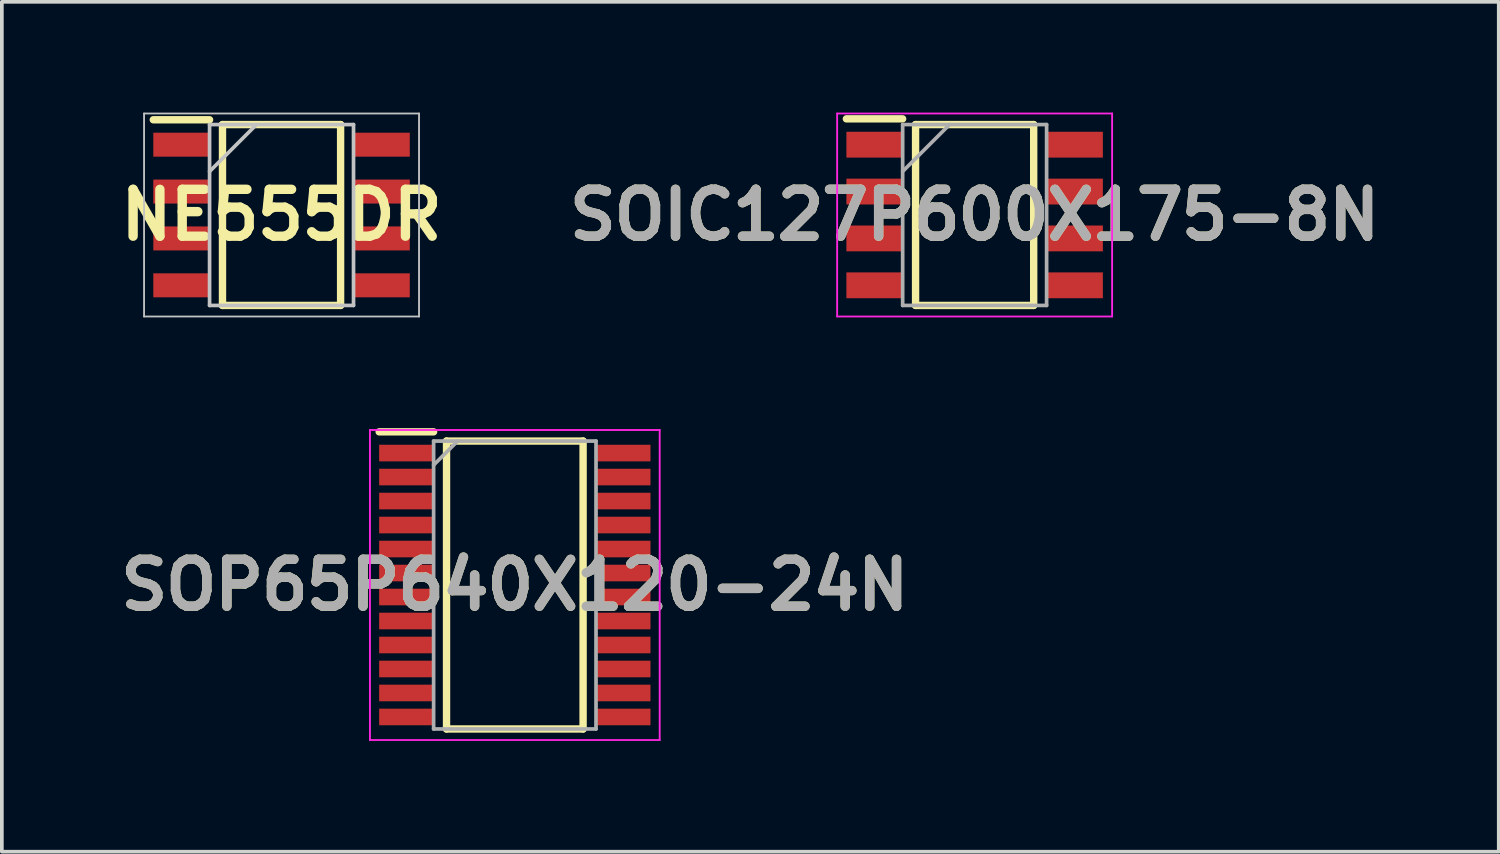
<source format=kicad_pcb>
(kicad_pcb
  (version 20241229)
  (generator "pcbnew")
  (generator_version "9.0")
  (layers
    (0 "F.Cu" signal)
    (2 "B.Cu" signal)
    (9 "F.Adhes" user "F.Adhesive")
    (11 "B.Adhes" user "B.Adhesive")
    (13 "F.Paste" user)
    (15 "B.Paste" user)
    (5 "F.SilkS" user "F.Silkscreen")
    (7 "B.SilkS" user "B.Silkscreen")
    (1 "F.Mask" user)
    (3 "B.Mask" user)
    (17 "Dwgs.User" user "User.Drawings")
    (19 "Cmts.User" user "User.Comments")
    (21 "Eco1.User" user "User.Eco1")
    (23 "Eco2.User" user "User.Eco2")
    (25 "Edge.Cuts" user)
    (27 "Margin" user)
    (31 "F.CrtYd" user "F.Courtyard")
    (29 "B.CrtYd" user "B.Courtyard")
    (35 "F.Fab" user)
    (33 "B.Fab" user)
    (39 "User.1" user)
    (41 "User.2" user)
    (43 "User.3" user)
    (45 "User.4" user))
  (footprint "NE555DR"
    (layer "F.Cu")
    (at 4.578 2.775)
    (property "Reference" "NE555DR" (at 0 0 0) (layer "F.SilkS") (effects (font (size 1.27 1.27) (thickness 0.254))))
    (attr smd)
    (fp_line (start -3.475 -2.58) (end -1.95 -2.58) (stroke (width 0.2) (type solid)) (layer "F.SilkS"))
    (fp_line (start -1.6 -2.45) (end 1.6 -2.45) (stroke (width 0.2) (type solid)) (layer "F.SilkS"))
    (fp_line (start -1.6 2.45) (end -1.6 -2.45) (stroke (width 0.2) (type solid)) (layer "F.SilkS"))
    (fp_line (start 1.6 -2.45) (end 1.6 2.45) (stroke (width 0.2) (type solid)) (layer "F.SilkS"))
    (fp_line (start 1.6 2.45) (end -1.6 2.45) (stroke (width 0.2) (type solid)) (layer "F.SilkS"))
    (fp_line (start -3.725 -2.75) (end 3.725 -2.75) (stroke (width 0.05) (type solid)) (layer "Dwgs.User"))
    (fp_line (start -3.725 2.75) (end -3.725 -2.75) (stroke (width 0.05) (type solid)) (layer "Dwgs.User"))
    (fp_line (start -1.95 -2.45) (end 1.95 -2.45) (stroke (width 0.1) (type solid)) (layer "Dwgs.User"))
    (fp_line (start -1.95 -1.18) (end -0.68 -2.45) (stroke (width 0.1) (type solid)) (layer "Dwgs.User"))
    (fp_line (start -1.95 2.45) (end -1.95 -2.45) (stroke (width 0.1) (type solid)) (layer "Dwgs.User"))
    (fp_line (start 1.95 -2.45) (end 1.95 2.45) (stroke (width 0.1) (type solid)) (layer "Dwgs.User"))
    (fp_line (start 1.95 2.45) (end -1.95 2.45) (stroke (width 0.1) (type solid)) (layer "Dwgs.User"))
    (fp_line (start 3.725 -2.75) (end 3.725 2.75) (stroke (width 0.05) (type solid)) (layer "Dwgs.User"))
    (fp_line (start 3.725 2.75) (end -3.725 2.75) (stroke (width 0.05) (type solid)) (layer "Dwgs.User"))
    (pad "1" smd rect (at -2.712 -1.905 90) (size 0.65 1.525) (layers "F.Cu" "F.Paste"))
    (pad "2" smd rect (at -2.712 -0.635 90) (size 0.65 1.525) (layers "F.Cu" "F.Paste"))
    (pad "3" smd rect (at -2.712 0.635 90) (size 0.65 1.525) (layers "F.Cu" "F.Paste"))
    (pad "4" smd rect (at -2.712 1.905 90) (size 0.65 1.525) (layers "F.Cu" "F.Paste"))
    (pad "5" smd rect (at 2.712 1.905 90) (size 0.65 1.525) (layers "F.Cu" "F.Paste"))
    (pad "6" smd rect (at 2.712 0.635 90) (size 0.65 1.525) (layers "F.Cu" "F.Paste"))
    (pad "7" smd rect (at 2.712 -0.635 90) (size 0.65 1.525) (layers "F.Cu" "F.Paste"))
    (pad "8" smd rect (at 2.712 -1.905 90) (size 0.65 1.525) (layers "F.Cu" "F.Paste")))
  (footprint "SOIC127P600X175-8N"
    (layer "F.Cu")
    (at 23.356 2.775)
    (property "Reference" "SOIC127P600X175-8N" (at 0 0 0) (layer "F.SilkS") (effects (font (size 1.27 1.27) (thickness 0.254))))
    (attr smd)
    (fp_line (start -3.475 -2.605) (end -1.95 -2.605) (stroke (width 0.2) (type solid)) (layer "F.SilkS"))
    (fp_line (start -1.6 -2.45) (end 1.6 -2.45) (stroke (width 0.2) (type solid)) (layer "F.SilkS"))
    (fp_line (start -1.6 2.45) (end -1.6 -2.45) (stroke (width 0.2) (type solid)) (layer "F.SilkS"))
    (fp_line (start 1.6 -2.45) (end 1.6 2.45) (stroke (width 0.2) (type solid)) (layer "F.SilkS"))
    (fp_line (start 1.6 2.45) (end -1.6 2.45) (stroke (width 0.2) (type solid)) (layer "F.SilkS"))
    (fp_line (start -3.725 -2.75) (end 3.725 -2.75) (stroke (width 0.05) (type solid)) (layer "F.CrtYd"))
    (fp_line (start -3.725 2.75) (end -3.725 -2.75) (stroke (width 0.05) (type solid)) (layer "F.CrtYd"))
    (fp_line (start 3.725 -2.75) (end 3.725 2.75) (stroke (width 0.05) (type solid)) (layer "F.CrtYd"))
    (fp_line (start 3.725 2.75) (end -3.725 2.75) (stroke (width 0.05) (type solid)) (layer "F.CrtYd"))
    (fp_line (start -1.95 -2.45) (end 1.95 -2.45) (stroke (width 0.1) (type solid)) (layer "F.Fab"))
    (fp_line (start -1.95 -1.18) (end -0.68 -2.45) (stroke (width 0.1) (type solid)) (layer "F.Fab"))
    (fp_line (start -1.95 2.45) (end -1.95 -2.45) (stroke (width 0.1) (type solid)) (layer "F.Fab"))
    (fp_line (start 1.95 -2.45) (end 1.95 2.45) (stroke (width 0.1) (type solid)) (layer "F.Fab"))
    (fp_line (start 1.95 2.45) (end -1.95 2.45) (stroke (width 0.1) (type solid)) (layer "F.Fab"))
    (fp_text user "${REFERENCE}" (at 0 0 0) (layer "F.Fab") (effects (font (size 1.27 1.27) (thickness 0.254))))
    (pad "1" smd rect (at -2.712 -1.905 90) (size 0.7 1.525) (layers "F.Cu" "F.Mask" "F.Paste"))
    (pad "2" smd rect (at -2.712 -0.635 90) (size 0.7 1.525) (layers "F.Cu" "F.Mask" "F.Paste"))
    (pad "3" smd rect (at -2.712 0.635 90) (size 0.7 1.525) (layers "F.Cu" "F.Mask" "F.Paste"))
    (pad "4" smd rect (at -2.712 1.905 90) (size 0.7 1.525) (layers "F.Cu" "F.Mask" "F.Paste"))
    (pad "5" smd rect (at 2.712 1.905 90) (size 0.7 1.525) (layers "F.Cu" "F.Mask" "F.Paste"))
    (pad "6" smd rect (at 2.712 0.635 90) (size 0.7 1.525) (layers "F.Cu" "F.Mask" "F.Paste"))
    (pad "7" smd rect (at 2.712 -0.635 90) (size 0.7 1.525) (layers "F.Cu" "F.Mask" "F.Paste"))
    (pad "8" smd rect (at 2.712 -1.905 90) (size 0.7 1.525) (layers "F.Cu" "F.Mask" "F.Paste")))
  (footprint "SOP65P640X120-24N"
    (layer "F.Cu")
    (at 10.898 12.8)
    (property "Reference" "SOP65P640X120-24N" (at 0 0 0) (layer "F.SilkS") (effects (font (size 1.27 1.27) (thickness 0.254))))
    (attr smd)
    (fp_line (start -3.675 -4.15) (end -2.2 -4.15) (stroke (width 0.2) (type solid)) (layer "F.SilkS"))
    (fp_line (start -1.85 -3.9) (end 1.85 -3.9) (stroke (width 0.2) (type solid)) (layer "F.SilkS"))
    (fp_line (start -1.85 3.9) (end -1.85 -3.9) (stroke (width 0.2) (type solid)) (layer "F.SilkS"))
    (fp_line (start 1.85 -3.9) (end 1.85 3.9) (stroke (width 0.2) (type solid)) (layer "F.SilkS"))
    (fp_line (start 1.85 3.9) (end -1.85 3.9) (stroke (width 0.2) (type solid)) (layer "F.SilkS"))
    (fp_line (start -3.925 -4.2) (end 3.925 -4.2) (stroke (width 0.05) (type solid)) (layer "F.CrtYd"))
    (fp_line (start -3.925 4.2) (end -3.925 -4.2) (stroke (width 0.05) (type solid)) (layer "F.CrtYd"))
    (fp_line (start 3.925 -4.2) (end 3.925 4.2) (stroke (width 0.05) (type solid)) (layer "F.CrtYd"))
    (fp_line (start 3.925 4.2) (end -3.925 4.2) (stroke (width 0.05) (type solid)) (layer "F.CrtYd"))
    (fp_line (start -2.2 -3.9) (end 2.2 -3.9) (stroke (width 0.1) (type solid)) (layer "F.Fab"))
    (fp_line (start -2.2 -3.25) (end -1.55 -3.9) (stroke (width 0.1) (type solid)) (layer "F.Fab"))
    (fp_line (start -2.2 3.9) (end -2.2 -3.9) (stroke (width 0.1) (type solid)) (layer "F.Fab"))
    (fp_line (start 2.2 -3.9) (end 2.2 3.9) (stroke (width 0.1) (type solid)) (layer "F.Fab"))
    (fp_line (start 2.2 3.9) (end -2.2 3.9) (stroke (width 0.1) (type solid)) (layer "F.Fab"))
    (fp_text user "${REFERENCE}" (at 0 0 0) (layer "F.Fab") (effects (font (size 1.27 1.27) (thickness 0.254))))
    (pad "1" smd rect (at -2.938 -3.575 90) (size 0.45 1.475) (layers "F.Cu" "F.Mask" "F.Paste"))
    (pad "2" smd rect (at -2.938 -2.925 90) (size 0.45 1.475) (layers "F.Cu" "F.Mask" "F.Paste"))
    (pad "3" smd rect (at -2.938 -2.275 90) (size 0.45 1.475) (layers "F.Cu" "F.Mask" "F.Paste"))
    (pad "4" smd rect (at -2.938 -1.625 90) (size 0.45 1.475) (layers "F.Cu" "F.Mask" "F.Paste"))
    (pad "5" smd rect (at -2.938 -0.975 90) (size 0.45 1.475) (layers "F.Cu" "F.Mask" "F.Paste"))
    (pad "6" smd rect (at -2.938 -0.325 90) (size 0.45 1.475) (layers "F.Cu" "F.Mask" "F.Paste"))
    (pad "7" smd rect (at -2.938 0.325 90) (size 0.45 1.475) (layers "F.Cu" "F.Mask" "F.Paste"))
    (pad "8" smd rect (at -2.938 0.975 90) (size 0.45 1.475) (layers "F.Cu" "F.Mask" "F.Paste"))
    (pad "9" smd rect (at -2.938 1.625 90) (size 0.45 1.475) (layers "F.Cu" "F.Mask" "F.Paste"))
    (pad "10" smd rect (at -2.938 2.275 90) (size 0.45 1.475) (layers "F.Cu" "F.Mask" "F.Paste"))
    (pad "11" smd rect (at -2.938 2.925 90) (size 0.45 1.475) (layers "F.Cu" "F.Mask" "F.Paste"))
    (pad "12" smd rect (at -2.938 3.575 90) (size 0.45 1.475) (layers "F.Cu" "F.Mask" "F.Paste"))
    (pad "13" smd rect (at 2.938 3.575 90) (size 0.45 1.475) (layers "F.Cu" "F.Mask" "F.Paste"))
    (pad "14" smd rect (at 2.938 2.925 90) (size 0.45 1.475) (layers "F.Cu" "F.Mask" "F.Paste"))
    (pad "15" smd rect (at 2.938 2.275 90) (size 0.45 1.475) (layers "F.Cu" "F.Mask" "F.Paste"))
    (pad "16" smd rect (at 2.938 1.625 90) (size 0.45 1.475) (layers "F.Cu" "F.Mask" "F.Paste"))
    (pad "17" smd rect (at 2.938 0.975 90) (size 0.45 1.475) (layers "F.Cu" "F.Mask" "F.Paste"))
    (pad "18" smd rect (at 2.938 0.325 90) (size 0.45 1.475) (layers "F.Cu" "F.Mask" "F.Paste"))
    (pad "19" smd rect (at 2.938 -0.325 90) (size 0.45 1.475) (layers "F.Cu" "F.Mask" "F.Paste"))
    (pad "20" smd rect (at 2.938 -0.975 90) (size 0.45 1.475) (layers "F.Cu" "F.Mask" "F.Paste"))
    (pad "21" smd rect (at 2.938 -1.625 90) (size 0.45 1.475) (layers "F.Cu" "F.Mask" "F.Paste"))
    (pad "22" smd rect (at 2.938 -2.275 90) (size 0.45 1.475) (layers "F.Cu" "F.Mask" "F.Paste"))
    (pad "23" smd rect (at 2.938 -2.925 90) (size 0.45 1.475) (layers "F.Cu" "F.Mask" "F.Paste"))
    (pad "24" smd rect (at 2.938 -3.575 90) (size 0.45 1.475) (layers "F.Cu" "F.Mask" "F.Paste")))
  (gr_rect
    (start -3 -3)
    (end 37.556 20.025)
    (stroke (width 0.1) (type default))
    (fill no)
    (layer "Edge.Cuts")))
</source>
